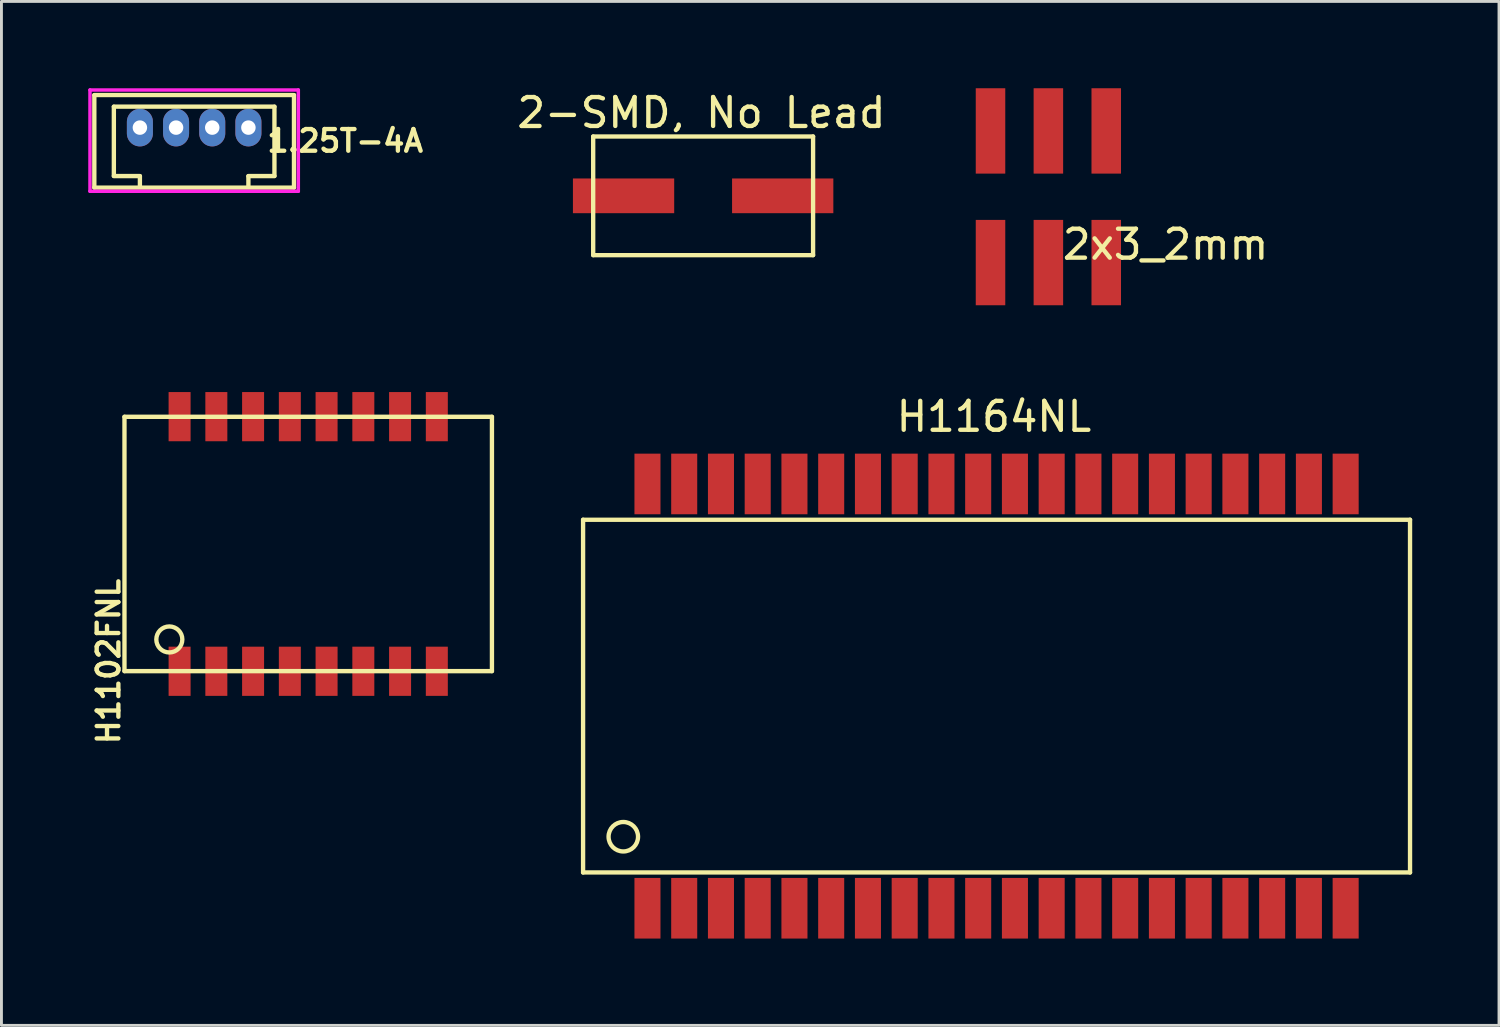
<source format=kicad_pcb>
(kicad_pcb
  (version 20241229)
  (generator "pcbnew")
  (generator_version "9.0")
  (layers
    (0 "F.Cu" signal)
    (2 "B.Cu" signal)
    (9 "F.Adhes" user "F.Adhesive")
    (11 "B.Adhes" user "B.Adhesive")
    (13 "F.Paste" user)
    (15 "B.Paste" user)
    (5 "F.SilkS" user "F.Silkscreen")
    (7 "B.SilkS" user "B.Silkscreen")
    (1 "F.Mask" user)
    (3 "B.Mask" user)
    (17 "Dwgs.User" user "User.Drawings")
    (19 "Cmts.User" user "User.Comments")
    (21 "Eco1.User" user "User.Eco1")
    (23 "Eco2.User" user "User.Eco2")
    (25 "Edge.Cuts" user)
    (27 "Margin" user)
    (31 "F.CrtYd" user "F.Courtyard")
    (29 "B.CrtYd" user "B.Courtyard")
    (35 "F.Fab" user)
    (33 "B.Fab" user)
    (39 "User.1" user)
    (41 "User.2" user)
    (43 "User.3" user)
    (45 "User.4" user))
  (footprint "1.25T-4A"
    (layer "F.Cu")
    (at 3.66 1.36)
    (property "Reference" "1.25T-4A" (at 5.22 0.46 0) (layer "F.SilkS") (effects (font (size 0.75 0.75) (thickness 0.15))))
    (attr through_hole)
    (fp_line (start -3.45 -1.125) (end 3.45 -1.125) (stroke (width 0.15) (type solid)) (layer "F.SilkS"))
    (fp_line (start -3.45 -1.12) (end -3.45 2.07) (stroke (width 0.15) (type solid)) (layer "F.SilkS"))
    (fp_line (start -3.45 2.075) (end 3.45 2.075) (stroke (width 0.15) (type solid)) (layer "F.SilkS"))
    (fp_line (start -2.775 -0.72) (end -2.775 1.67) (stroke (width 0.15) (type solid)) (layer "F.SilkS"))
    (fp_line (start -2.775 1.675) (end -1.875 1.675) (stroke (width 0.15) (type solid)) (layer "F.SilkS"))
    (fp_line (start -1.875 1.68) (end -1.875 2.02) (stroke (width 0.15) (type solid)) (layer "F.SilkS"))
    (fp_line (start 1.875 1.68) (end 1.875 2.05) (stroke (width 0.15) (type solid)) (layer "F.SilkS"))
    (fp_line (start 2.775 -0.725) (end -2.775 -0.725) (stroke (width 0.15) (type solid)) (layer "F.SilkS"))
    (fp_line (start 2.775 -0.72) (end 2.775 1.67) (stroke (width 0.15) (type solid)) (layer "F.SilkS"))
    (fp_line (start 2.775 1.675) (end 1.875 1.675) (stroke (width 0.15) (type solid)) (layer "F.SilkS"))
    (fp_line (start 3.45 -1.12) (end 3.45 2.07) (stroke (width 0.15) (type solid)) (layer "F.SilkS"))
    (fp_line (start -3.6 -1.3) (end 3.6 -1.3) (stroke (width 0.12) (type solid)) (layer "F.CrtYd"))
    (fp_line (start -3.6 2.2) (end -3.6 -1.3) (stroke (width 0.12) (type solid)) (layer "F.CrtYd"))
    (fp_line (start 3.6 -1.3) (end 3.6 2.2) (stroke (width 0.12) (type solid)) (layer "F.CrtYd"))
    (fp_line (start 3.6 2.2) (end -3.6 2.2) (stroke (width 0.12) (type solid)) (layer "F.CrtYd"))
    (pad "1" thru_hole oval (at -1.875 0) (size 0.9 1.3) (drill 0.5) (layers "*.Cu" "*.Mask"))
    (pad "2" thru_hole oval (at -0.625 0) (size 0.9 1.3) (drill 0.5) (layers "*.Cu" "*.Mask"))
    (pad "3" thru_hole oval (at 0.625 0) (size 0.9 1.3) (drill 0.5) (layers "*.Cu" "*.Mask"))
    (pad "4" thru_hole oval (at 1.875 0) (size 0.9 1.3) (drill 0.5) (layers "*.Cu" "*.Mask")))
  (footprint "2x3_2mm"
    (layer "F.Cu")
    (at 33.183 3.75)
    (property "Reference" "2x3_2mm" (at 4.05 1.65 0) (layer "F.SilkS") (effects (font (size 1 1) (thickness 0.15))))
    (attr through_hole)
    (pad "1" smd rect (at 2 2.275) (size 1.02 2.95) (layers "F.Cu" "F.Mask" "F.Paste"))
    (pad "2" smd rect (at 0 2.275) (size 1.02 2.95) (layers "F.Cu" "F.Mask" "F.Paste"))
    (pad "3" smd rect (at 2 -2.275) (size 1.02 2.95) (layers "F.Cu" "F.Mask" "F.Paste"))
    (pad "4" smd rect (at 0 -2.275) (size 1.02 2.95) (layers "F.Cu" "F.Mask" "F.Paste"))
    (pad "5" smd rect (at -2 -2.275) (size 1.02 2.95) (layers "F.Cu" "F.Mask" "F.Paste"))
    (pad "6" smd rect (at -2 2.275) (size 1.02 2.95) (layers "F.Cu" "F.Mask" "F.Paste")))
  (footprint "H1164NL"
    (layer "F.Cu")
    (at 31.392 21.008)
    (property "Reference" "H1164NL" (at -0.09 -9.66 0) (layer "F.SilkS") (effects (font (size 1 1) (thickness 0.15))))
    (attr through_hole)
    (fp_line (start -14.29 -6.095) (end -14.29 6.095) (stroke (width 0.15) (type solid)) (layer "F.SilkS"))
    (fp_line (start -14.29 6.095) (end 14.29 6.095) (stroke (width 0.15) (type solid)) (layer "F.SilkS"))
    (fp_line (start 14.29 -6.095) (end -14.29 -6.095) (stroke (width 0.15) (type solid)) (layer "F.SilkS"))
    (fp_line (start 14.29 6.095) (end 14.29 -6.095) (stroke (width 0.15) (type solid)) (layer "F.SilkS"))
    (fp_circle (center -12.9 4.86) (end -12.42 5.03) (stroke (width 0.15) (type solid)) (fill no) (layer "F.SilkS"))
    (pad "1" smd rect (at -12.065 7.332) (size 0.9 2.095) (layers "F.Cu" "F.Mask" "F.Paste"))
    (pad "2" smd rect (at -10.795 7.332) (size 0.9 2.095) (layers "F.Cu" "F.Mask" "F.Paste"))
    (pad "3" smd rect (at -9.525 7.332) (size 0.9 2.095) (layers "F.Cu" "F.Mask" "F.Paste"))
    (pad "4" smd rect (at -8.255 7.332) (size 0.9 2.095) (layers "F.Cu" "F.Mask" "F.Paste"))
    (pad "5" smd rect (at -6.985 7.332) (size 0.9 2.095) (layers "F.Cu" "F.Mask" "F.Paste"))
    (pad "6" smd rect (at -5.715 7.332) (size 0.9 2.095) (layers "F.Cu" "F.Mask" "F.Paste"))
    (pad "7" smd rect (at -4.445 7.332) (size 0.9 2.095) (layers "F.Cu" "F.Mask" "F.Paste"))
    (pad "8" smd rect (at -3.175 7.332) (size 0.9 2.095) (layers "F.Cu" "F.Mask" "F.Paste"))
    (pad "9" smd rect (at -1.905 7.332) (size 0.9 2.095) (layers "F.Cu" "F.Mask" "F.Paste"))
    (pad "10" smd rect (at -0.635 7.332) (size 0.9 2.095) (layers "F.Cu" "F.Mask" "F.Paste"))
    (pad "11" smd rect (at 0.635 7.332) (size 0.9 2.095) (layers "F.Cu" "F.Mask" "F.Paste"))
    (pad "12" smd rect (at 1.905 7.332) (size 0.9 2.095) (layers "F.Cu" "F.Mask" "F.Paste"))
    (pad "13" smd rect (at 3.175 7.332) (size 0.9 2.095) (layers "F.Cu" "F.Mask" "F.Paste"))
    (pad "14" smd rect (at 4.445 7.332) (size 0.9 2.095) (layers "F.Cu" "F.Mask" "F.Paste"))
    (pad "15" smd rect (at 5.715 7.332) (size 0.9 2.095) (layers "F.Cu" "F.Mask" "F.Paste"))
    (pad "16" smd rect (at 6.985 7.332) (size 0.9 2.095) (layers "F.Cu" "F.Mask" "F.Paste"))
    (pad "17" smd rect (at 8.255 7.332) (size 0.9 2.095) (layers "F.Cu" "F.Mask" "F.Paste"))
    (pad "18" smd rect (at 9.525 7.332) (size 0.9 2.095) (layers "F.Cu" "F.Mask" "F.Paste"))
    (pad "19" smd rect (at 10.795 7.332) (size 0.9 2.095) (layers "F.Cu" "F.Mask" "F.Paste"))
    (pad "20" smd rect (at 12.065 7.332) (size 0.9 2.095) (layers "F.Cu" "F.Mask" "F.Paste"))
    (pad "21" smd rect (at 12.065 -7.332) (size 0.9 2.095) (layers "F.Cu" "F.Mask" "F.Paste"))
    (pad "22" smd rect (at 10.795 -7.332) (size 0.9 2.095) (layers "F.Cu" "F.Mask" "F.Paste"))
    (pad "23" smd rect (at 9.525 -7.332) (size 0.9 2.095) (layers "F.Cu" "F.Mask" "F.Paste"))
    (pad "24" smd rect (at 8.255 -7.332) (size 0.9 2.095) (layers "F.Cu" "F.Mask" "F.Paste"))
    (pad "25" smd rect (at 6.985 -7.332) (size 0.9 2.095) (layers "F.Cu" "F.Mask" "F.Paste"))
    (pad "26" smd rect (at 5.715 -7.332) (size 0.9 2.095) (layers "F.Cu" "F.Mask" "F.Paste"))
    (pad "27" smd rect (at 4.445 -7.332) (size 0.9 2.095) (layers "F.Cu" "F.Mask" "F.Paste"))
    (pad "28" smd rect (at 3.175 -7.332) (size 0.9 2.095) (layers "F.Cu" "F.Mask" "F.Paste"))
    (pad "29" smd rect (at 1.905 -7.332) (size 0.9 2.095) (layers "F.Cu" "F.Mask" "F.Paste"))
    (pad "30" smd rect (at 0.635 -7.332) (size 0.9 2.095) (layers "F.Cu" "F.Mask" "F.Paste"))
    (pad "31" smd rect (at -0.635 -7.332) (size 0.9 2.095) (layers "F.Cu" "F.Mask" "F.Paste"))
    (pad "32" smd rect (at -1.905 -7.332) (size 0.9 2.095) (layers "F.Cu" "F.Mask" "F.Paste"))
    (pad "33" smd rect (at -3.175 -7.332) (size 0.9 2.095) (layers "F.Cu" "F.Mask" "F.Paste"))
    (pad "34" smd rect (at -4.445 -7.332) (size 0.9 2.095) (layers "F.Cu" "F.Mask" "F.Paste"))
    (pad "35" smd rect (at -5.715 -7.332) (size 0.9 2.095) (layers "F.Cu" "F.Mask" "F.Paste"))
    (pad "36" smd rect (at -6.985 -7.332) (size 0.9 2.095) (layers "F.Cu" "F.Mask" "F.Paste"))
    (pad "37" smd rect (at -8.255 -7.332) (size 0.9 2.095) (layers "F.Cu" "F.Mask" "F.Paste"))
    (pad "38" smd rect (at -9.525 -7.332) (size 0.9 2.095) (layers "F.Cu" "F.Mask" "F.Paste"))
    (pad "39" smd rect (at -10.795 -7.332) (size 0.9 2.095) (layers "F.Cu" "F.Mask" "F.Paste"))
    (pad "40" smd rect (at -12.065 -7.332) (size 0.9 2.095) (layers "F.Cu" "F.Mask" "F.Paste")))
  (footprint "H1102FNL"
    (layer "F.Cu")
    (at 7.602 15.75)
    (property "Reference" "H1102FNL" (at -6.9 4.06 90) (layer "F.SilkS") (effects (font (size 0.75 0.75) (thickness 0.15))))
    (attr smd)
    (fp_line (start -6.35 -4.395) (end -6.35 4.395) (stroke (width 0.15) (type solid)) (layer "F.SilkS"))
    (fp_line (start -6.35 4.395) (end 6.35 4.395) (stroke (width 0.15) (type solid)) (layer "F.SilkS"))
    (fp_line (start 6.35 -4.395) (end -6.35 -4.395) (stroke (width 0.15) (type solid)) (layer "F.SilkS"))
    (fp_line (start 6.35 4.395) (end 6.35 -4.395) (stroke (width 0.15) (type solid)) (layer "F.SilkS"))
    (fp_circle (center -4.8 3.3) (end -4.38 3.46) (stroke (width 0.15) (type solid)) (fill no) (layer "F.SilkS"))
    (pad "1" smd rect (at -4.445 4.4) (size 0.76 1.7) (layers "F.Cu" "F.Mask" "F.Paste"))
    (pad "2" smd rect (at -3.175 4.4) (size 0.76 1.7) (layers "F.Cu" "F.Mask" "F.Paste"))
    (pad "3" smd rect (at -1.905 4.4) (size 0.76 1.7) (layers "F.Cu" "F.Mask" "F.Paste"))
    (pad "4" smd rect (at -0.635 4.4) (size 0.76 1.7) (layers "F.Cu" "F.Mask" "F.Paste"))
    (pad "5" smd rect (at 0.635 4.4) (size 0.76 1.7) (layers "F.Cu" "F.Mask" "F.Paste"))
    (pad "6" smd rect (at 1.905 4.4) (size 0.76 1.7) (layers "F.Cu" "F.Mask" "F.Paste"))
    (pad "7" smd rect (at 3.175 4.4) (size 0.76 1.7) (layers "F.Cu" "F.Mask" "F.Paste"))
    (pad "8" smd rect (at 4.445 4.4) (size 0.76 1.7) (layers "F.Cu" "F.Mask" "F.Paste"))
    (pad "9" smd rect (at 4.445 -4.4) (size 0.76 1.7) (layers "F.Cu" "F.Mask" "F.Paste"))
    (pad "10" smd rect (at 3.175 -4.4) (size 0.76 1.7) (layers "F.Cu" "F.Mask" "F.Paste"))
    (pad "11" smd rect (at 1.905 -4.4) (size 0.76 1.7) (layers "F.Cu" "F.Mask" "F.Paste"))
    (pad "12" smd rect (at 0.635 -4.4) (size 0.76 1.7) (layers "F.Cu" "F.Mask" "F.Paste"))
    (pad "13" smd rect (at -0.635 -4.4) (size 0.76 1.7) (layers "F.Cu" "F.Mask" "F.Paste"))
    (pad "14" smd rect (at -1.905 -4.4) (size 0.76 1.7) (layers "F.Cu" "F.Mask" "F.Paste"))
    (pad "15" smd rect (at -3.175 -4.4) (size 0.76 1.7) (layers "F.Cu" "F.Mask" "F.Paste"))
    (pad "16" smd rect (at -4.445 -4.4) (size 0.76 1.7) (layers "F.Cu" "F.Mask" "F.Paste")))
  (footprint "2-SMD, No Lead"
    (layer "F.Cu")
    (at 21.251 3.718)
    (property "Reference" "2-SMD, No Lead" (at -0.06 -2.87 0) (layer "F.SilkS") (effects (font (size 1 1) (thickness 0.15))))
    (attr through_hole)
    (fp_line (start -3.8 -2.05) (end -3.8 2.05) (stroke (width 0.15) (type solid)) (layer "F.SilkS"))
    (fp_line (start -3.8 2.05) (end 3.8 2.05) (stroke (width 0.15) (type solid)) (layer "F.SilkS"))
    (fp_line (start 3.8 -2.05) (end -3.8 -2.05) (stroke (width 0.15) (type solid)) (layer "F.SilkS"))
    (fp_line (start 3.8 2.05) (end 3.8 -2.05) (stroke (width 0.15) (type solid)) (layer "F.SilkS"))
    (pad "1" smd rect (at -2.75 0) (size 3.5 1.2) (layers "F.Cu" "F.Mask" "F.Paste"))
    (pad "2" smd rect (at 2.75 0) (size 3.5 1.2) (layers "F.Cu" "F.Mask" "F.Paste")))
  (gr_rect
    (start -3 -3)
    (end 48.757 32.388)
    (stroke (width 0.1) (type default))
    (fill no)
    (layer "Edge.Cuts")))
</source>
